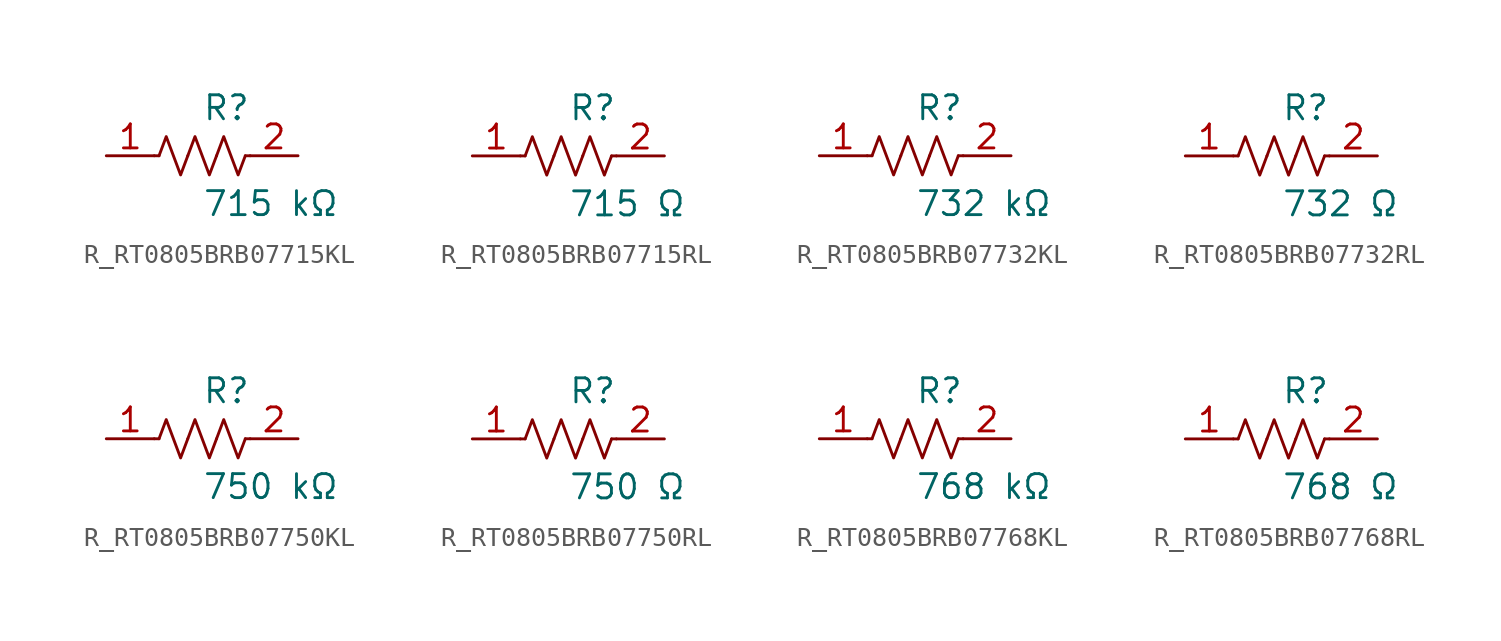
<source format=kicad_sym>
(kicad_symbol_lib
  (version 20231120)
  (generator kicad_symbol_editor)
  (generator_version 8.0)
  (symbol "R_RT0805BRB07715KL"
    (pin_names
      (offset 0.254))
    (property "Reference" "R"
      (at 0 2.54 0)
      (effects (font (size 1.27 1.27)) (justify left)))
    (property "Value" "715 kΩ"
      (at 0 -2.54 0)
      (effects (font (size 1.27 1.27)) (justify left)))
    (symbol "R_RT0805BRB07715KL_0_1"
      (polyline (pts (xy 2.286 0) (xy 2.54 0)) (stroke (width 0) (type default)) (fill (type none)))
      (polyline (pts (xy -2.286 0) (xy -2.54 0)) (stroke (width 0) (type default)) (fill (type none)))
      (polyline (pts (xy 0.762 0) (xy 1.143 1.016) (xy 1.524 0) (xy 1.905 -1.016) (xy 2.286 0)) (stroke (width 0) (type default)) (fill (type none)))
      (polyline (pts (xy -0.762 0) (xy -0.381 1.016) (xy 0 0) (xy 0.381 -1.016) (xy 0.762 0)) (stroke (width 0) (type default)) (fill (type none)))
      (polyline (pts (xy -2.286 0) (xy -1.905 1.016) (xy -1.524 0) (xy -1.143 -1.016) (xy -0.762 0)) (stroke (width 0) (type default)) (fill (type none))))
    (pin unspecified line
      (at -5.08 0 0)
      (length 2.54)
      (name "" (effects (font (size 1.27 1.27))))
      (number "1" (effects (font (size 1.27 1.27)))))
    (pin unspecified line
      (at 5.08 0 180)
      (length 2.54)
      (name "" (effects (font (size 1.27 1.27))))
      (number "2" (effects (font (size 1.27 1.27))))))
  (symbol "R_RT0805BRB07715RL"
    (pin_names
      (offset 0.254))
    (property "Reference" "R"
      (at 0 2.54 0)
      (effects (font (size 1.27 1.27)) (justify left)))
    (property "Value" "715 Ω"
      (at 0 -2.54 0)
      (effects (font (size 1.27 1.27)) (justify left)))
    (symbol "R_RT0805BRB07715RL_0_1"
      (polyline (pts (xy 2.286 0) (xy 2.54 0)) (stroke (width 0) (type default)) (fill (type none)))
      (polyline (pts (xy -2.286 0) (xy -2.54 0)) (stroke (width 0) (type default)) (fill (type none)))
      (polyline (pts (xy 0.762 0) (xy 1.143 1.016) (xy 1.524 0) (xy 1.905 -1.016) (xy 2.286 0)) (stroke (width 0) (type default)) (fill (type none)))
      (polyline (pts (xy -0.762 0) (xy -0.381 1.016) (xy 0 0) (xy 0.381 -1.016) (xy 0.762 0)) (stroke (width 0) (type default)) (fill (type none)))
      (polyline (pts (xy -2.286 0) (xy -1.905 1.016) (xy -1.524 0) (xy -1.143 -1.016) (xy -0.762 0)) (stroke (width 0) (type default)) (fill (type none))))
    (pin unspecified line
      (at -5.08 0 0)
      (length 2.54)
      (name "" (effects (font (size 1.27 1.27))))
      (number "1" (effects (font (size 1.27 1.27)))))
    (pin unspecified line
      (at 5.08 0 180)
      (length 2.54)
      (name "" (effects (font (size 1.27 1.27))))
      (number "2" (effects (font (size 1.27 1.27))))))
  (symbol "R_RT0805BRB07732KL"
    (pin_names
      (offset 0.254))
    (property "Reference" "R"
      (at 0 2.54 0)
      (effects (font (size 1.27 1.27)) (justify left)))
    (property "Value" "732 kΩ"
      (at 0 -2.54 0)
      (effects (font (size 1.27 1.27)) (justify left)))
    (symbol "R_RT0805BRB07732KL_0_1"
      (polyline (pts (xy 2.286 0) (xy 2.54 0)) (stroke (width 0) (type default)) (fill (type none)))
      (polyline (pts (xy -2.286 0) (xy -2.54 0)) (stroke (width 0) (type default)) (fill (type none)))
      (polyline (pts (xy 0.762 0) (xy 1.143 1.016) (xy 1.524 0) (xy 1.905 -1.016) (xy 2.286 0)) (stroke (width 0) (type default)) (fill (type none)))
      (polyline (pts (xy -0.762 0) (xy -0.381 1.016) (xy 0 0) (xy 0.381 -1.016) (xy 0.762 0)) (stroke (width 0) (type default)) (fill (type none)))
      (polyline (pts (xy -2.286 0) (xy -1.905 1.016) (xy -1.524 0) (xy -1.143 -1.016) (xy -0.762 0)) (stroke (width 0) (type default)) (fill (type none))))
    (pin unspecified line
      (at -5.08 0 0)
      (length 2.54)
      (name "" (effects (font (size 1.27 1.27))))
      (number "1" (effects (font (size 1.27 1.27)))))
    (pin unspecified line
      (at 5.08 0 180)
      (length 2.54)
      (name "" (effects (font (size 1.27 1.27))))
      (number "2" (effects (font (size 1.27 1.27))))))
  (symbol "R_RT0805BRB07732RL"
    (pin_names
      (offset 0.254))
    (property "Reference" "R"
      (at 0 2.54 0)
      (effects (font (size 1.27 1.27)) (justify left)))
    (property "Value" "732 Ω"
      (at 0 -2.54 0)
      (effects (font (size 1.27 1.27)) (justify left)))
    (symbol "R_RT0805BRB07732RL_0_1"
      (polyline (pts (xy 2.286 0) (xy 2.54 0)) (stroke (width 0) (type default)) (fill (type none)))
      (polyline (pts (xy -2.286 0) (xy -2.54 0)) (stroke (width 0) (type default)) (fill (type none)))
      (polyline (pts (xy 0.762 0) (xy 1.143 1.016) (xy 1.524 0) (xy 1.905 -1.016) (xy 2.286 0)) (stroke (width 0) (type default)) (fill (type none)))
      (polyline (pts (xy -0.762 0) (xy -0.381 1.016) (xy 0 0) (xy 0.381 -1.016) (xy 0.762 0)) (stroke (width 0) (type default)) (fill (type none)))
      (polyline (pts (xy -2.286 0) (xy -1.905 1.016) (xy -1.524 0) (xy -1.143 -1.016) (xy -0.762 0)) (stroke (width 0) (type default)) (fill (type none))))
    (pin unspecified line
      (at -5.08 0 0)
      (length 2.54)
      (name "" (effects (font (size 1.27 1.27))))
      (number "1" (effects (font (size 1.27 1.27)))))
    (pin unspecified line
      (at 5.08 0 180)
      (length 2.54)
      (name "" (effects (font (size 1.27 1.27))))
      (number "2" (effects (font (size 1.27 1.27))))))
  (symbol "R_RT0805BRB07750KL"
    (pin_names
      (offset 0.254))
    (property "Reference" "R"
      (at 0 2.54 0)
      (effects (font (size 1.27 1.27)) (justify left)))
    (property "Value" "750 kΩ"
      (at 0 -2.54 0)
      (effects (font (size 1.27 1.27)) (justify left)))
    (symbol "R_RT0805BRB07750KL_0_1"
      (polyline (pts (xy 2.286 0) (xy 2.54 0)) (stroke (width 0) (type default)) (fill (type none)))
      (polyline (pts (xy -2.286 0) (xy -2.54 0)) (stroke (width 0) (type default)) (fill (type none)))
      (polyline (pts (xy 0.762 0) (xy 1.143 1.016) (xy 1.524 0) (xy 1.905 -1.016) (xy 2.286 0)) (stroke (width 0) (type default)) (fill (type none)))
      (polyline (pts (xy -0.762 0) (xy -0.381 1.016) (xy 0 0) (xy 0.381 -1.016) (xy 0.762 0)) (stroke (width 0) (type default)) (fill (type none)))
      (polyline (pts (xy -2.286 0) (xy -1.905 1.016) (xy -1.524 0) (xy -1.143 -1.016) (xy -0.762 0)) (stroke (width 0) (type default)) (fill (type none))))
    (pin unspecified line
      (at -5.08 0 0)
      (length 2.54)
      (name "" (effects (font (size 1.27 1.27))))
      (number "1" (effects (font (size 1.27 1.27)))))
    (pin unspecified line
      (at 5.08 0 180)
      (length 2.54)
      (name "" (effects (font (size 1.27 1.27))))
      (number "2" (effects (font (size 1.27 1.27))))))
  (symbol "R_RT0805BRB07750RL"
    (pin_names
      (offset 0.254))
    (property "Reference" "R"
      (at 0 2.54 0)
      (effects (font (size 1.27 1.27)) (justify left)))
    (property "Value" "750 Ω"
      (at 0 -2.54 0)
      (effects (font (size 1.27 1.27)) (justify left)))
    (symbol "R_RT0805BRB07750RL_0_1"
      (polyline (pts (xy 2.286 0) (xy 2.54 0)) (stroke (width 0) (type default)) (fill (type none)))
      (polyline (pts (xy -2.286 0) (xy -2.54 0)) (stroke (width 0) (type default)) (fill (type none)))
      (polyline (pts (xy 0.762 0) (xy 1.143 1.016) (xy 1.524 0) (xy 1.905 -1.016) (xy 2.286 0)) (stroke (width 0) (type default)) (fill (type none)))
      (polyline (pts (xy -0.762 0) (xy -0.381 1.016) (xy 0 0) (xy 0.381 -1.016) (xy 0.762 0)) (stroke (width 0) (type default)) (fill (type none)))
      (polyline (pts (xy -2.286 0) (xy -1.905 1.016) (xy -1.524 0) (xy -1.143 -1.016) (xy -0.762 0)) (stroke (width 0) (type default)) (fill (type none))))
    (pin unspecified line
      (at -5.08 0 0)
      (length 2.54)
      (name "" (effects (font (size 1.27 1.27))))
      (number "1" (effects (font (size 1.27 1.27)))))
    (pin unspecified line
      (at 5.08 0 180)
      (length 2.54)
      (name "" (effects (font (size 1.27 1.27))))
      (number "2" (effects (font (size 1.27 1.27))))))
  (symbol "R_RT0805BRB07768KL"
    (pin_names
      (offset 0.254))
    (property "Reference" "R"
      (at 0 2.54 0)
      (effects (font (size 1.27 1.27)) (justify left)))
    (property "Value" "768 kΩ"
      (at 0 -2.54 0)
      (effects (font (size 1.27 1.27)) (justify left)))
    (symbol "R_RT0805BRB07768KL_0_1"
      (polyline (pts (xy 2.286 0) (xy 2.54 0)) (stroke (width 0) (type default)) (fill (type none)))
      (polyline (pts (xy -2.286 0) (xy -2.54 0)) (stroke (width 0) (type default)) (fill (type none)))
      (polyline (pts (xy 0.762 0) (xy 1.143 1.016) (xy 1.524 0) (xy 1.905 -1.016) (xy 2.286 0)) (stroke (width 0) (type default)) (fill (type none)))
      (polyline (pts (xy -0.762 0) (xy -0.381 1.016) (xy 0 0) (xy 0.381 -1.016) (xy 0.762 0)) (stroke (width 0) (type default)) (fill (type none)))
      (polyline (pts (xy -2.286 0) (xy -1.905 1.016) (xy -1.524 0) (xy -1.143 -1.016) (xy -0.762 0)) (stroke (width 0) (type default)) (fill (type none))))
    (pin unspecified line
      (at -5.08 0 0)
      (length 2.54)
      (name "" (effects (font (size 1.27 1.27))))
      (number "1" (effects (font (size 1.27 1.27)))))
    (pin unspecified line
      (at 5.08 0 180)
      (length 2.54)
      (name "" (effects (font (size 1.27 1.27))))
      (number "2" (effects (font (size 1.27 1.27))))))
  (symbol "R_RT0805BRB07768RL"
    (pin_names
      (offset 0.254))
    (property "Reference" "R"
      (at 0 2.54 0)
      (effects (font (size 1.27 1.27)) (justify left)))
    (property "Value" "768 Ω"
      (at 0 -2.54 0)
      (effects (font (size 1.27 1.27)) (justify left)))
    (symbol "R_RT0805BRB07768RL_0_1"
      (polyline (pts (xy 2.286 0) (xy 2.54 0)) (stroke (width 0) (type default)) (fill (type none)))
      (polyline (pts (xy -2.286 0) (xy -2.54 0)) (stroke (width 0) (type default)) (fill (type none)))
      (polyline (pts (xy 0.762 0) (xy 1.143 1.016) (xy 1.524 0) (xy 1.905 -1.016) (xy 2.286 0)) (stroke (width 0) (type default)) (fill (type none)))
      (polyline (pts (xy -0.762 0) (xy -0.381 1.016) (xy 0 0) (xy 0.381 -1.016) (xy 0.762 0)) (stroke (width 0) (type default)) (fill (type none)))
      (polyline (pts (xy -2.286 0) (xy -1.905 1.016) (xy -1.524 0) (xy -1.143 -1.016) (xy -0.762 0)) (stroke (width 0) (type default)) (fill (type none))))
    (pin unspecified line
      (at -5.08 0 0)
      (length 2.54)
      (name "" (effects (font (size 1.27 1.27))))
      (number "1" (effects (font (size 1.27 1.27)))))
    (pin unspecified line
      (at 5.08 0 180)
      (length 2.54)
      (name "" (effects (font (size 1.27 1.27))))
      (number "2" (effects (font (size 1.27 1.27)))))))
</source>
